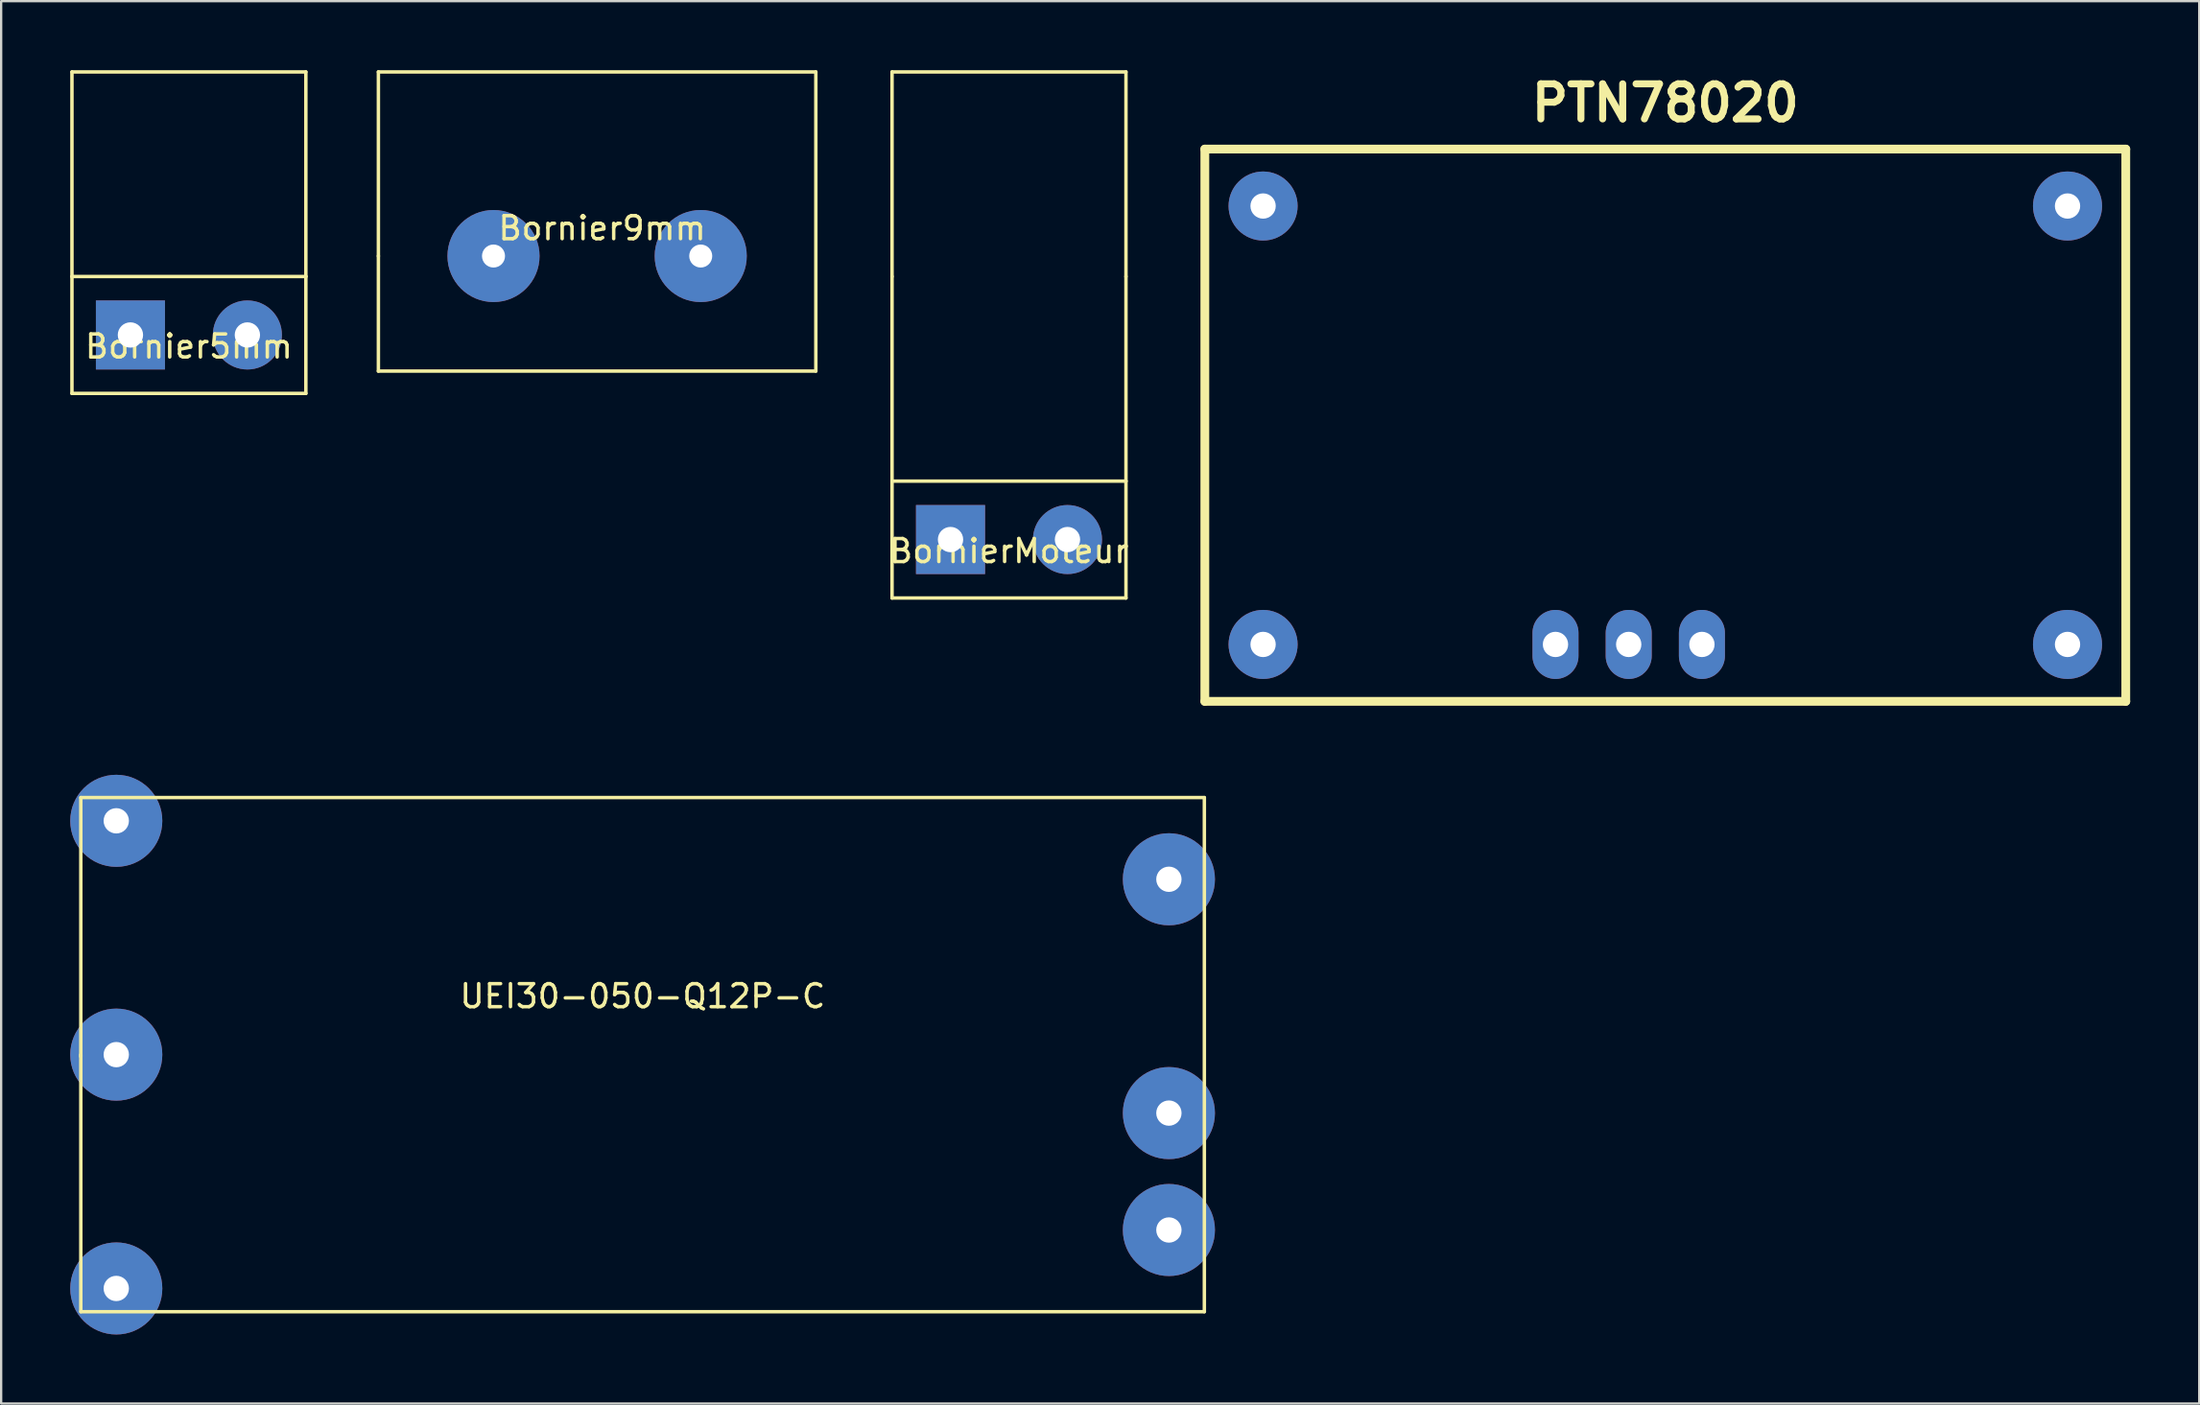
<source format=kicad_pcb>
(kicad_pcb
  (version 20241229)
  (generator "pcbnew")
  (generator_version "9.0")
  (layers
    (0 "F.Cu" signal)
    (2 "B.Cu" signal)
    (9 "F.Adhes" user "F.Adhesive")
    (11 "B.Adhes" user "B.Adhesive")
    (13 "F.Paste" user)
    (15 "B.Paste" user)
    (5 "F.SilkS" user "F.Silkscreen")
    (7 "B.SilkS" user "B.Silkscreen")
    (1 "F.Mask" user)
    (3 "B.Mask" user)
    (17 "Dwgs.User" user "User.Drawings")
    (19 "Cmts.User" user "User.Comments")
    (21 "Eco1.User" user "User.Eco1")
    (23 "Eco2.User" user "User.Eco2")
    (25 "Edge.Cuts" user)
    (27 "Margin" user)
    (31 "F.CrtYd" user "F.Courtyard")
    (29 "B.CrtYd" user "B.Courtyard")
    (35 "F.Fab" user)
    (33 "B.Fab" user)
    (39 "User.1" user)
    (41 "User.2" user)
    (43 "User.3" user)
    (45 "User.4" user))
  (footprint "BornierMoteur"
    (layer "F.Cu")
    (at 40.775 20.395)
    (property "Reference" "BornierMoteur" (at 0 0.5 0) (layer "F.SilkS") (effects (font (size 1 1) (thickness 0.15))))
    (attr through_hole)
    (fp_line (start -5.08 -20.32) (end 5.08 -20.32) (stroke (width 0.15) (type solid)) (layer "F.SilkS"))
    (fp_line (start -5.08 -11.43) (end -5.08 -20.32) (stroke (width 0.15) (type solid)) (layer "F.SilkS"))
    (fp_line (start -5.08 -11.43) (end -5.08 -2.54) (stroke (width 0.15) (type solid)) (layer "F.SilkS"))
    (fp_line (start -5.08 -2.54) (end -5.08 2.54) (stroke (width 0.15) (type solid)) (layer "F.SilkS"))
    (fp_line (start -5.08 2.54) (end 5.08 2.54) (stroke (width 0.15) (type solid)) (layer "F.SilkS"))
    (fp_line (start 5.08 -20.32) (end 5.08 -11.43) (stroke (width 0.15) (type solid)) (layer "F.SilkS"))
    (fp_line (start 5.08 -11.43) (end 5.08 -2.54) (stroke (width 0.15) (type solid)) (layer "F.SilkS"))
    (fp_line (start 5.08 -2.54) (end -5.08 -2.54) (stroke (width 0.15) (type solid)) (layer "F.SilkS"))
    (fp_line (start 5.08 2.54) (end 5.08 -2.54) (stroke (width 0.15) (type solid)) (layer "F.SilkS"))
    (pad "1" thru_hole rect (at -2.54 0) (size 3 3) (drill 1.1) (layers "*.Cu" "*.Mask"))
    (pad "2" thru_hole circle (at 2.54 0) (size 3 3) (drill 1.1) (layers "*.Cu" "*.Mask")))
  (footprint "Bornier5mm"
    (layer "F.Cu")
    (at 5.155 11.505)
    (property "Reference" "Bornier5mm" (at 0 0.5 0) (layer "F.SilkS") (effects (font (size 1 1) (thickness 0.15))))
    (attr through_hole)
    (fp_line (start -5.08 -11.43) (end -5.08 -2.54) (stroke (width 0.15) (type solid)) (layer "F.SilkS"))
    (fp_line (start -5.08 -11.43) (end 5.08 -11.43) (stroke (width 0.15) (type solid)) (layer "F.SilkS"))
    (fp_line (start -5.08 -2.54) (end -5.08 2.54) (stroke (width 0.15) (type solid)) (layer "F.SilkS"))
    (fp_line (start -5.08 2.54) (end 5.08 2.54) (stroke (width 0.15) (type solid)) (layer "F.SilkS"))
    (fp_line (start 5.08 -11.43) (end 5.08 -2.54) (stroke (width 0.15) (type solid)) (layer "F.SilkS"))
    (fp_line (start 5.08 -2.54) (end -5.08 -2.54) (stroke (width 0.15) (type solid)) (layer "F.SilkS"))
    (fp_line (start 5.08 2.54) (end 5.08 -2.54) (stroke (width 0.15) (type solid)) (layer "F.SilkS"))
    (pad "1" thru_hole rect (at -2.54 0) (size 3 3) (drill 1.1) (layers "*.Cu" "*.Mask"))
    (pad "2" thru_hole circle (at 2.54 0) (size 3 3) (drill 1.1) (layers "*.Cu" "*.Mask")))
  (footprint "UEI30-050-Q12P-C"
    (layer "F.Cu")
    (at 24.86 42.776)
    (property "Reference" "UEI30-050-Q12P-C" (at 0 -2.54 0) (layer "F.SilkS") (effects (font (size 1 1) (thickness 0.15))))
    (attr through_hole)
    (fp_line (start -24.4 -11.17) (end 24.4 -11.17) (stroke (width 0.15) (type solid)) (layer "F.SilkS"))
    (fp_line (start -24.4 0.08) (end -24.4 -11.17) (stroke (width 0.15) (type solid)) (layer "F.SilkS"))
    (fp_line (start -24.4 11.17) (end -24.4 0) (stroke (width 0.15) (type solid)) (layer "F.SilkS"))
    (fp_line (start 24.4 -11.17) (end 24.4 11.17) (stroke (width 0.15) (type solid)) (layer "F.SilkS"))
    (fp_line (start 24.4 11.17) (end -24.4 11.17) (stroke (width 0.15) (type solid)) (layer "F.SilkS"))
    (pad "1" thru_hole circle (at 22.86 7.62) (size 4 4) (drill 1.1) (layers "*.Cu" "*.Mask"))
    (pad "2" thru_hole circle (at 22.86 2.54) (size 4 4) (drill 1.1) (layers "*.Cu" "*.Mask"))
    (pad "3" thru_hole circle (at 22.86 -7.62) (size 4 4) (drill 1.1) (layers "*.Cu" "*.Mask"))
    (pad "4" thru_hole circle (at -22.86 10.16) (size 4 4) (drill 1.1) (layers "*.Cu" "*.Mask"))
    (pad "5" thru_hole circle (at -22.86 0) (size 4 4) (drill 1.1) (layers "*.Cu" "*.Mask"))
    (pad "6" thru_hole circle (at -22.86 -10.16) (size 4 4) (drill 1.1) (layers "*.Cu" "*.Mask")))
  (footprint "Bornier9mm"
    (layer "F.Cu")
    (at 22.885 8.075)
    (property "Reference" "Bornier9mm" (at 0.22 -1.21 0) (layer "F.SilkS") (effects (font (size 1 1) (thickness 0.15))))
    (attr through_hole)
    (fp_line (start -9.5 -8) (end -9.5 0) (stroke (width 0.15) (type solid)) (layer "F.SilkS"))
    (fp_line (start -9.5 0) (end -9.5 5) (stroke (width 0.15) (type solid)) (layer "F.SilkS"))
    (fp_line (start -9.5 5) (end 9.5 5) (stroke (width 0.15) (type solid)) (layer "F.SilkS"))
    (fp_line (start 9.5 -8) (end -9.5 -8) (stroke (width 0.15) (type solid)) (layer "F.SilkS"))
    (fp_line (start 9.5 5) (end 9.5 -8) (stroke (width 0.15) (type solid)) (layer "F.SilkS"))
    (pad "1" thru_hole circle (at -4.5 0) (size 4 4) (drill 1) (layers "*.Cu" "*.Mask"))
    (pad "2" thru_hole circle (at 4.5 0) (size 4 4) (drill 1) (layers "*.Cu" "*.Mask")))
  (footprint "PTN78020"
    (layer "F.Cu")
    (at 69.281 15.427)
    (property "Reference" "PTN78020" (at 0 -14 0) (layer "F.SilkS") (effects (font (size 1.524 1.524) (thickness 0.305))))
    (attr through_hole)
    (fp_line (start -20 -11.999) (end 20 -11.999) (stroke (width 0.381) (type solid)) (layer "F.SilkS"))
    (fp_line (start -20 11.999) (end -20 -11.999) (stroke (width 0.381) (type solid)) (layer "F.SilkS"))
    (fp_line (start 20 -11.999) (end 20 11.999) (stroke (width 0.381) (type solid)) (layer "F.SilkS"))
    (fp_line (start 20 11.999) (end -20 11.999) (stroke (width 0.381) (type solid)) (layer "F.SilkS"))
    (pad "1" thru_hole circle (at -17.47 -9.525) (size 3 3) (drill 1.1) (layers "*.Cu" "*.Mask"))
    (pad "2" thru_hole circle (at -17.47 9.525) (size 3 3) (drill 1.1) (layers "*.Cu" "*.Mask"))
    (pad "3" thru_hole oval (at -4.77 9.525) (size 1.999 3) (drill 1.1) (layers "*.Cu" "*.Mask"))
    (pad "4" thru_hole oval (at -1.59 9.525) (size 1.999 3) (drill 1.1) (layers "*.Cu" "*.Mask"))
    (pad "5" thru_hole oval (at 1.59 9.525) (size 1.999 3) (drill 1.1) (layers "*.Cu" "*.Mask"))
    (pad "6" thru_hole circle (at 17.47 9.525) (size 3 3) (drill 1.1) (layers "*.Cu" "*.Mask"))
    (pad "7" thru_hole circle (at 17.47 -9.525) (size 3 3) (drill 1.1) (layers "*.Cu" "*.Mask")))
  (gr_rect
    (start -3 -3)
    (end 92.472 57.936)
    (stroke (width 0.1) (type default))
    (fill no)
    (layer "Edge.Cuts")))
</source>
